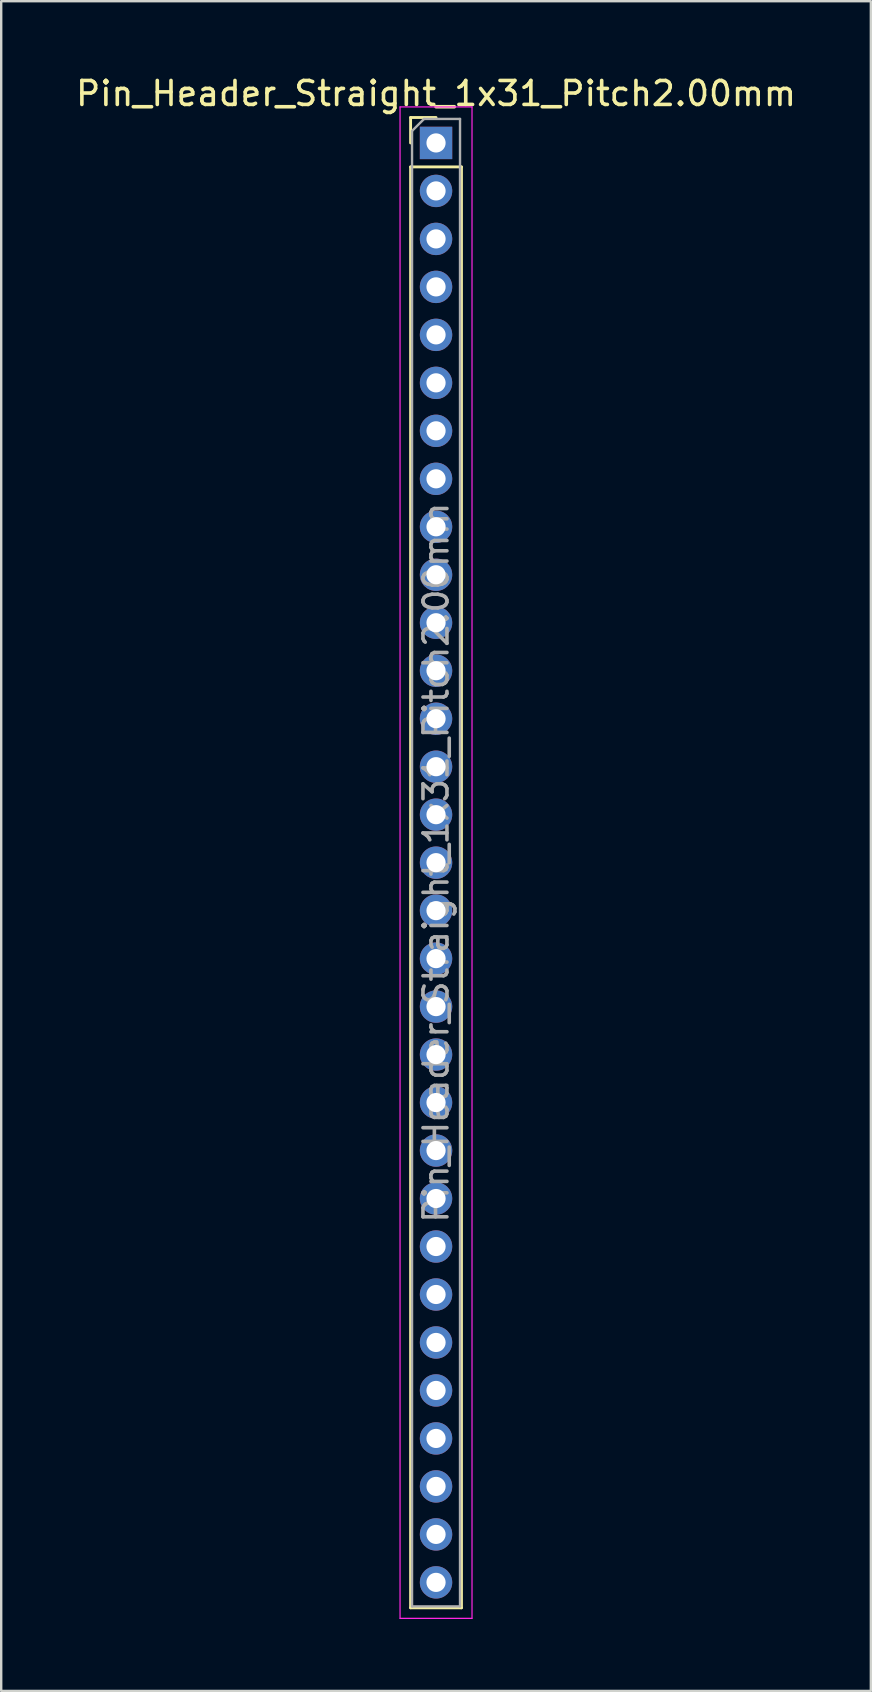
<source format=kicad_pcb>
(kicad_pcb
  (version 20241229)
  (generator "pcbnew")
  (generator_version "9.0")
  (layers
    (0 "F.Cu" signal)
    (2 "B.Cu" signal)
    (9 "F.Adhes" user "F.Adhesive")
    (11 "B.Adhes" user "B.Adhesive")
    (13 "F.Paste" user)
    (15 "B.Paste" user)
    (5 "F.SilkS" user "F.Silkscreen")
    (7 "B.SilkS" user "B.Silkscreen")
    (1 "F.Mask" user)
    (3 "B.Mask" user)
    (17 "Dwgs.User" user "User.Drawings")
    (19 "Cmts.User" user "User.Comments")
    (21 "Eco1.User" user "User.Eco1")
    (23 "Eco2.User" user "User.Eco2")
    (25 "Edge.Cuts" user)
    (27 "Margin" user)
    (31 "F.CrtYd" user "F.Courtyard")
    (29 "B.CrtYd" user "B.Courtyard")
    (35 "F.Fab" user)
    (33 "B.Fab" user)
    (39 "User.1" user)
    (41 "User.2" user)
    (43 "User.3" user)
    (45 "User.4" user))
  (footprint "Pin_Header_Straight_1x31_Pitch2.00mm"
    (layer "F.Cu")
    (at 15.125 2.908)
    (property "Reference" "Pin_Header_Straight_1x31_Pitch2.00mm" (at 0 -2.06 0) (layer "F.SilkS") (effects (font (size 1 1) (thickness 0.15))))
    (attr through_hole)
    (fp_line (start -1.06 -1.06) (end 0 -1.06) (stroke (width 0.12) (type solid)) (layer "F.SilkS"))
    (fp_line (start -1.06 0) (end -1.06 -1.06) (stroke (width 0.12) (type solid)) (layer "F.SilkS"))
    (fp_line (start -1.06 1) (end -1.06 61.06) (stroke (width 0.12) (type solid)) (layer "F.SilkS"))
    (fp_line (start -1.06 1) (end 1.06 1) (stroke (width 0.12) (type solid)) (layer "F.SilkS"))
    (fp_line (start -1.06 61.06) (end 1.06 61.06) (stroke (width 0.12) (type solid)) (layer "F.SilkS"))
    (fp_line (start 1.06 1) (end 1.06 61.06) (stroke (width 0.12) (type solid)) (layer "F.SilkS"))
    (fp_line (start -1.5 -1.5) (end -1.5 61.5) (stroke (width 0.05) (type solid)) (layer "F.CrtYd"))
    (fp_line (start -1.5 61.5) (end 1.5 61.5) (stroke (width 0.05) (type solid)) (layer "F.CrtYd"))
    (fp_line (start 1.5 -1.5) (end -1.5 -1.5) (stroke (width 0.05) (type solid)) (layer "F.CrtYd"))
    (fp_line (start 1.5 61.5) (end 1.5 -1.5) (stroke (width 0.05) (type solid)) (layer "F.CrtYd"))
    (fp_line (start -1 -0.5) (end -0.5 -1) (stroke (width 0.1) (type solid)) (layer "F.Fab"))
    (fp_line (start -1 61) (end -1 -0.5) (stroke (width 0.1) (type solid)) (layer "F.Fab"))
    (fp_line (start -0.5 -1) (end 1 -1) (stroke (width 0.1) (type solid)) (layer "F.Fab"))
    (fp_line (start 1 -1) (end 1 61) (stroke (width 0.1) (type solid)) (layer "F.Fab"))
    (fp_line (start 1 61) (end -1 61) (stroke (width 0.1) (type solid)) (layer "F.Fab"))
    (fp_text user "${REFERENCE}" (at 0 30 90) (layer "F.Fab") (effects (font (size 1 1) (thickness 0.15))))
    (pad "1" thru_hole rect (at 0 0) (size 1.35 1.35) (drill 0.8) (layers "*.Cu" "*.Mask"))
    (pad "2" thru_hole oval (at 0 2) (size 1.35 1.35) (drill 0.8) (layers "*.Cu" "*.Mask"))
    (pad "3" thru_hole oval (at 0 4) (size 1.35 1.35) (drill 0.8) (layers "*.Cu" "*.Mask"))
    (pad "4" thru_hole oval (at 0 6) (size 1.35 1.35) (drill 0.8) (layers "*.Cu" "*.Mask"))
    (pad "5" thru_hole oval (at 0 8) (size 1.35 1.35) (drill 0.8) (layers "*.Cu" "*.Mask"))
    (pad "6" thru_hole oval (at 0 10) (size 1.35 1.35) (drill 0.8) (layers "*.Cu" "*.Mask"))
    (pad "7" thru_hole oval (at 0 12) (size 1.35 1.35) (drill 0.8) (layers "*.Cu" "*.Mask"))
    (pad "8" thru_hole oval (at 0 14) (size 1.35 1.35) (drill 0.8) (layers "*.Cu" "*.Mask"))
    (pad "9" thru_hole oval (at 0 16) (size 1.35 1.35) (drill 0.8) (layers "*.Cu" "*.Mask"))
    (pad "10" thru_hole oval (at 0 18) (size 1.35 1.35) (drill 0.8) (layers "*.Cu" "*.Mask"))
    (pad "11" thru_hole oval (at 0 20) (size 1.35 1.35) (drill 0.8) (layers "*.Cu" "*.Mask"))
    (pad "12" thru_hole oval (at 0 22) (size 1.35 1.35) (drill 0.8) (layers "*.Cu" "*.Mask"))
    (pad "13" thru_hole oval (at 0 24) (size 1.35 1.35) (drill 0.8) (layers "*.Cu" "*.Mask"))
    (pad "14" thru_hole oval (at 0 26) (size 1.35 1.35) (drill 0.8) (layers "*.Cu" "*.Mask"))
    (pad "15" thru_hole oval (at 0 28) (size 1.35 1.35) (drill 0.8) (layers "*.Cu" "*.Mask"))
    (pad "16" thru_hole oval (at 0 30) (size 1.35 1.35) (drill 0.8) (layers "*.Cu" "*.Mask"))
    (pad "17" thru_hole oval (at 0 32) (size 1.35 1.35) (drill 0.8) (layers "*.Cu" "*.Mask"))
    (pad "18" thru_hole oval (at 0 34) (size 1.35 1.35) (drill 0.8) (layers "*.Cu" "*.Mask"))
    (pad "19" thru_hole oval (at 0 36) (size 1.35 1.35) (drill 0.8) (layers "*.Cu" "*.Mask"))
    (pad "20" thru_hole oval (at 0 38) (size 1.35 1.35) (drill 0.8) (layers "*.Cu" "*.Mask"))
    (pad "21" thru_hole oval (at 0 40) (size 1.35 1.35) (drill 0.8) (layers "*.Cu" "*.Mask"))
    (pad "22" thru_hole oval (at 0 42) (size 1.35 1.35) (drill 0.8) (layers "*.Cu" "*.Mask"))
    (pad "23" thru_hole oval (at 0 44) (size 1.35 1.35) (drill 0.8) (layers "*.Cu" "*.Mask"))
    (pad "24" thru_hole oval (at 0 46) (size 1.35 1.35) (drill 0.8) (layers "*.Cu" "*.Mask"))
    (pad "25" thru_hole oval (at 0 48) (size 1.35 1.35) (drill 0.8) (layers "*.Cu" "*.Mask"))
    (pad "26" thru_hole oval (at 0 50) (size 1.35 1.35) (drill 0.8) (layers "*.Cu" "*.Mask"))
    (pad "27" thru_hole oval (at 0 52) (size 1.35 1.35) (drill 0.8) (layers "*.Cu" "*.Mask"))
    (pad "28" thru_hole oval (at 0 54) (size 1.35 1.35) (drill 0.8) (layers "*.Cu" "*.Mask"))
    (pad "29" thru_hole oval (at 0 56) (size 1.35 1.35) (drill 0.8) (layers "*.Cu" "*.Mask"))
    (pad "30" thru_hole oval (at 0 58) (size 1.35 1.35) (drill 0.8) (layers "*.Cu" "*.Mask"))
    (pad "31" thru_hole oval (at 0 60) (size 1.35 1.35) (drill 0.8) (layers "*.Cu" "*.Mask")))
  (gr_rect
    (start -3 -3)
    (end 33.25 67.433)
    (stroke (width 0.1) (type default))
    (fill no)
    (layer "Edge.Cuts")))
</source>
